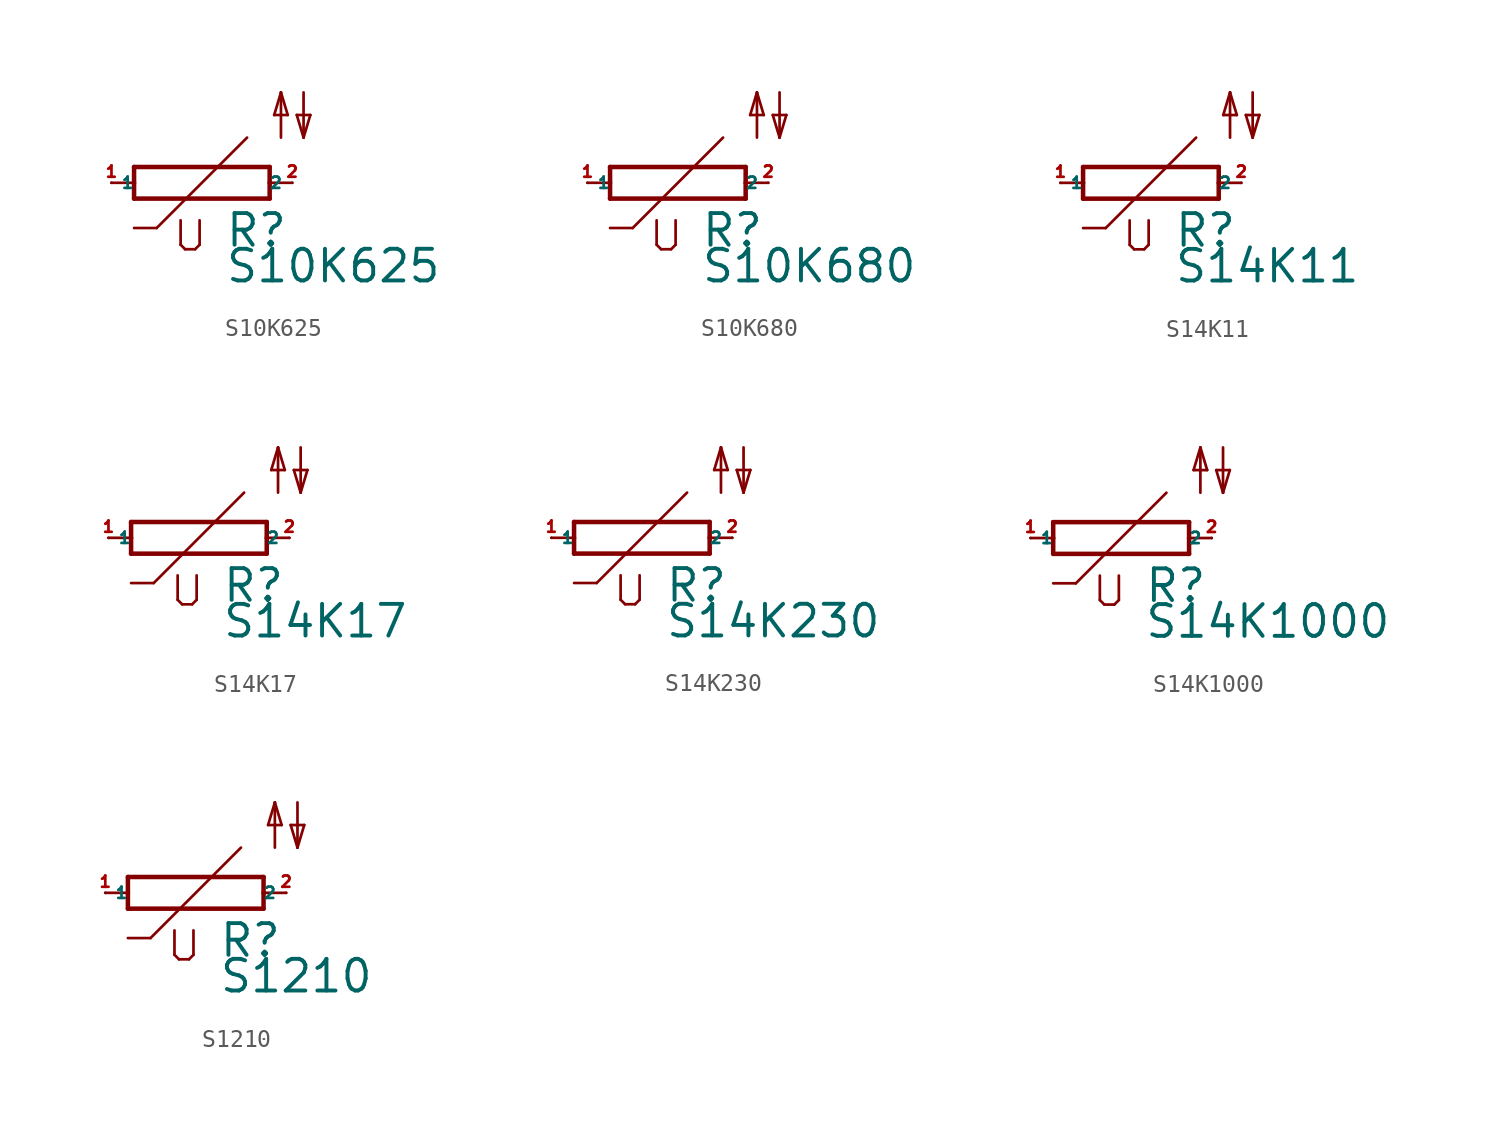
<source format=kicad_sym>
(kicad_symbol_lib
  (version 20220914)
  (generator Eagle2Kicad)
  (symbol "S10K625"
    (property "Reference" "R"
      (at 1.27 -3.708 0)
      (effects (font (size 1.778 1.778) (thickness 0.22)) (justify left bottom)))
    (property "Value" "S10K625"
      (at 1.27 -5.715 0)
      (effects (font (size 1.778 1.778) (thickness 0.22)) (justify left bottom)))
    (polyline
      (pts (xy -3.81 -0.889) (xy 3.81 -0.889))
      (stroke (width 0.254) (type default))
      (fill (type none)))
    (polyline
      (pts (xy 3.81 -0.889) (xy 3.81 0))
      (stroke (width 0.254) (type default))
      (fill (type none)))
    (polyline
      (pts (xy 3.81 0.889) (xy -3.81 0.889))
      (stroke (width 0.254) (type default))
      (fill (type none)))
    (polyline
      (pts (xy -3.81 -0.889) (xy -3.81 0))
      (stroke (width 0.254) (type default))
      (fill (type none)))
    (polyline
      (pts (xy 3.81 0) (xy 5.08 0))
      (stroke (width 0.152) (type default))
      (fill (type none)))
    (polyline
      (pts (xy 3.81 0) (xy 3.81 0.889))
      (stroke (width 0.254) (type default))
      (fill (type none)))
    (polyline
      (pts (xy -5.08 0) (xy -3.81 0))
      (stroke (width 0.152) (type default))
      (fill (type none)))
    (polyline
      (pts (xy -3.81 0) (xy -3.81 0.889))
      (stroke (width 0.254) (type default))
      (fill (type none)))
    (polyline
      (pts (xy 2.54 2.54) (xy -2.54 -2.54))
      (stroke (width 0.152) (type default))
      (fill (type none)))
    (polyline
      (pts (xy -2.54 -2.54) (xy -3.81 -2.54))
      (stroke (width 0.152) (type default))
      (fill (type none)))
    (polyline
      (pts (xy -1.194 -2.108) (xy -1.194 -3.48))
      (stroke (width 0.152) (type default))
      (fill (type none)))
    (polyline
      (pts (xy -0.94 -3.734) (xy -1.194 -3.48))
      (stroke (width 0.152) (type default))
      (fill (type none)))
    (polyline
      (pts (xy -0.94 -3.734) (xy -0.381 -3.734))
      (stroke (width 0.152) (type default))
      (fill (type none)))
    (polyline
      (pts (xy -0.127 -3.48) (xy -0.381 -3.734))
      (stroke (width 0.152) (type default))
      (fill (type none)))
    (polyline
      (pts (xy -0.127 -3.48) (xy -0.127 -2.108))
      (stroke (width 0.152) (type default))
      (fill (type none)))
    (polyline
      (pts (xy 5.715 5.08) (xy 5.715 2.54))
      (stroke (width 0.152) (type default))
      (fill (type none)))
    (polyline
      (pts (xy 5.715 2.54) (xy 6.096 3.81))
      (stroke (width 0.152) (type default))
      (fill (type none)))
    (polyline
      (pts (xy 6.096 3.81) (xy 5.334 3.81))
      (stroke (width 0.152) (type default))
      (fill (type none)))
    (polyline
      (pts (xy 5.334 3.81) (xy 5.715 2.54))
      (stroke (width 0.152) (type default))
      (fill (type none)))
    (polyline
      (pts (xy 4.445 2.54) (xy 4.445 5.08))
      (stroke (width 0.152) (type default))
      (fill (type none)))
    (polyline
      (pts (xy 4.445 5.08) (xy 4.826 3.81))
      (stroke (width 0.152) (type default))
      (fill (type none)))
    (polyline
      (pts (xy 4.826 3.81) (xy 4.064 3.81))
      (stroke (width 0.152) (type default))
      (fill (type none)))
    (polyline
      (pts (xy 4.064 3.81) (xy 4.445 5.08))
      (stroke (width 0.152) (type default))
      (fill (type none)))
    (pin passive line
      (at 5.08 0 180)
      (length 0)
      (name "2" (effects (font (size 0.635 0.635) (thickness 0.08)) (justify left bottom)))
      (number "2" (effects (font (size 0.635 0.635) (thickness 0.08)) (justify left bottom))))
    (pin passive line
      (at -5.08 0 0)
      (length 0)
      (name "1" (effects (font (size 0.635 0.635) (thickness 0.08)) (justify left bottom)))
      (number "1" (effects (font (size 0.635 0.635) (thickness 0.08)) (justify left bottom)))))
  (symbol "S10K680"
    (property "Reference" "R"
      (at 1.27 -3.708 0)
      (effects (font (size 1.778 1.778) (thickness 0.22)) (justify left bottom)))
    (property "Value" "S10K680"
      (at 1.27 -5.715 0)
      (effects (font (size 1.778 1.778) (thickness 0.22)) (justify left bottom)))
    (polyline
      (pts (xy -3.81 -0.889) (xy 3.81 -0.889))
      (stroke (width 0.254) (type default))
      (fill (type none)))
    (polyline
      (pts (xy 3.81 -0.889) (xy 3.81 0))
      (stroke (width 0.254) (type default))
      (fill (type none)))
    (polyline
      (pts (xy 3.81 0.889) (xy -3.81 0.889))
      (stroke (width 0.254) (type default))
      (fill (type none)))
    (polyline
      (pts (xy -3.81 -0.889) (xy -3.81 0))
      (stroke (width 0.254) (type default))
      (fill (type none)))
    (polyline
      (pts (xy 3.81 0) (xy 5.08 0))
      (stroke (width 0.152) (type default))
      (fill (type none)))
    (polyline
      (pts (xy 3.81 0) (xy 3.81 0.889))
      (stroke (width 0.254) (type default))
      (fill (type none)))
    (polyline
      (pts (xy -5.08 0) (xy -3.81 0))
      (stroke (width 0.152) (type default))
      (fill (type none)))
    (polyline
      (pts (xy -3.81 0) (xy -3.81 0.889))
      (stroke (width 0.254) (type default))
      (fill (type none)))
    (polyline
      (pts (xy 2.54 2.54) (xy -2.54 -2.54))
      (stroke (width 0.152) (type default))
      (fill (type none)))
    (polyline
      (pts (xy -2.54 -2.54) (xy -3.81 -2.54))
      (stroke (width 0.152) (type default))
      (fill (type none)))
    (polyline
      (pts (xy -1.194 -2.108) (xy -1.194 -3.48))
      (stroke (width 0.152) (type default))
      (fill (type none)))
    (polyline
      (pts (xy -0.94 -3.734) (xy -1.194 -3.48))
      (stroke (width 0.152) (type default))
      (fill (type none)))
    (polyline
      (pts (xy -0.94 -3.734) (xy -0.381 -3.734))
      (stroke (width 0.152) (type default))
      (fill (type none)))
    (polyline
      (pts (xy -0.127 -3.48) (xy -0.381 -3.734))
      (stroke (width 0.152) (type default))
      (fill (type none)))
    (polyline
      (pts (xy -0.127 -3.48) (xy -0.127 -2.108))
      (stroke (width 0.152) (type default))
      (fill (type none)))
    (polyline
      (pts (xy 5.715 5.08) (xy 5.715 2.54))
      (stroke (width 0.152) (type default))
      (fill (type none)))
    (polyline
      (pts (xy 5.715 2.54) (xy 6.096 3.81))
      (stroke (width 0.152) (type default))
      (fill (type none)))
    (polyline
      (pts (xy 6.096 3.81) (xy 5.334 3.81))
      (stroke (width 0.152) (type default))
      (fill (type none)))
    (polyline
      (pts (xy 5.334 3.81) (xy 5.715 2.54))
      (stroke (width 0.152) (type default))
      (fill (type none)))
    (polyline
      (pts (xy 4.445 2.54) (xy 4.445 5.08))
      (stroke (width 0.152) (type default))
      (fill (type none)))
    (polyline
      (pts (xy 4.445 5.08) (xy 4.826 3.81))
      (stroke (width 0.152) (type default))
      (fill (type none)))
    (polyline
      (pts (xy 4.826 3.81) (xy 4.064 3.81))
      (stroke (width 0.152) (type default))
      (fill (type none)))
    (polyline
      (pts (xy 4.064 3.81) (xy 4.445 5.08))
      (stroke (width 0.152) (type default))
      (fill (type none)))
    (pin passive line
      (at 5.08 0 180)
      (length 0)
      (name "2" (effects (font (size 0.635 0.635) (thickness 0.08)) (justify left bottom)))
      (number "2" (effects (font (size 0.635 0.635) (thickness 0.08)) (justify left bottom))))
    (pin passive line
      (at -5.08 0 0)
      (length 0)
      (name "1" (effects (font (size 0.635 0.635) (thickness 0.08)) (justify left bottom)))
      (number "1" (effects (font (size 0.635 0.635) (thickness 0.08)) (justify left bottom)))))
  (symbol "S14K11"
    (property "Reference" "R"
      (at 1.27 -3.708 0)
      (effects (font (size 1.778 1.778) (thickness 0.22)) (justify left bottom)))
    (property "Value" "S14K11"
      (at 1.27 -5.715 0)
      (effects (font (size 1.778 1.778) (thickness 0.22)) (justify left bottom)))
    (polyline
      (pts (xy -3.81 -0.889) (xy 3.81 -0.889))
      (stroke (width 0.254) (type default))
      (fill (type none)))
    (polyline
      (pts (xy 3.81 -0.889) (xy 3.81 0))
      (stroke (width 0.254) (type default))
      (fill (type none)))
    (polyline
      (pts (xy 3.81 0.889) (xy -3.81 0.889))
      (stroke (width 0.254) (type default))
      (fill (type none)))
    (polyline
      (pts (xy -3.81 -0.889) (xy -3.81 0))
      (stroke (width 0.254) (type default))
      (fill (type none)))
    (polyline
      (pts (xy 3.81 0) (xy 5.08 0))
      (stroke (width 0.152) (type default))
      (fill (type none)))
    (polyline
      (pts (xy 3.81 0) (xy 3.81 0.889))
      (stroke (width 0.254) (type default))
      (fill (type none)))
    (polyline
      (pts (xy -5.08 0) (xy -3.81 0))
      (stroke (width 0.152) (type default))
      (fill (type none)))
    (polyline
      (pts (xy -3.81 0) (xy -3.81 0.889))
      (stroke (width 0.254) (type default))
      (fill (type none)))
    (polyline
      (pts (xy 2.54 2.54) (xy -2.54 -2.54))
      (stroke (width 0.152) (type default))
      (fill (type none)))
    (polyline
      (pts (xy -2.54 -2.54) (xy -3.81 -2.54))
      (stroke (width 0.152) (type default))
      (fill (type none)))
    (polyline
      (pts (xy -1.194 -2.108) (xy -1.194 -3.48))
      (stroke (width 0.152) (type default))
      (fill (type none)))
    (polyline
      (pts (xy -0.94 -3.734) (xy -1.194 -3.48))
      (stroke (width 0.152) (type default))
      (fill (type none)))
    (polyline
      (pts (xy -0.94 -3.734) (xy -0.381 -3.734))
      (stroke (width 0.152) (type default))
      (fill (type none)))
    (polyline
      (pts (xy -0.127 -3.48) (xy -0.381 -3.734))
      (stroke (width 0.152) (type default))
      (fill (type none)))
    (polyline
      (pts (xy -0.127 -3.48) (xy -0.127 -2.108))
      (stroke (width 0.152) (type default))
      (fill (type none)))
    (polyline
      (pts (xy 5.715 5.08) (xy 5.715 2.54))
      (stroke (width 0.152) (type default))
      (fill (type none)))
    (polyline
      (pts (xy 5.715 2.54) (xy 6.096 3.81))
      (stroke (width 0.152) (type default))
      (fill (type none)))
    (polyline
      (pts (xy 6.096 3.81) (xy 5.334 3.81))
      (stroke (width 0.152) (type default))
      (fill (type none)))
    (polyline
      (pts (xy 5.334 3.81) (xy 5.715 2.54))
      (stroke (width 0.152) (type default))
      (fill (type none)))
    (polyline
      (pts (xy 4.445 2.54) (xy 4.445 5.08))
      (stroke (width 0.152) (type default))
      (fill (type none)))
    (polyline
      (pts (xy 4.445 5.08) (xy 4.826 3.81))
      (stroke (width 0.152) (type default))
      (fill (type none)))
    (polyline
      (pts (xy 4.826 3.81) (xy 4.064 3.81))
      (stroke (width 0.152) (type default))
      (fill (type none)))
    (polyline
      (pts (xy 4.064 3.81) (xy 4.445 5.08))
      (stroke (width 0.152) (type default))
      (fill (type none)))
    (pin passive line
      (at 5.08 0 180)
      (length 0)
      (name "2" (effects (font (size 0.635 0.635) (thickness 0.08)) (justify left bottom)))
      (number "2" (effects (font (size 0.635 0.635) (thickness 0.08)) (justify left bottom))))
    (pin passive line
      (at -5.08 0 0)
      (length 0)
      (name "1" (effects (font (size 0.635 0.635) (thickness 0.08)) (justify left bottom)))
      (number "1" (effects (font (size 0.635 0.635) (thickness 0.08)) (justify left bottom)))))
  (symbol "S14K17"
    (property "Reference" "R"
      (at 1.27 -3.708 0)
      (effects (font (size 1.778 1.778) (thickness 0.22)) (justify left bottom)))
    (property "Value" "S14K17"
      (at 1.27 -5.715 0)
      (effects (font (size 1.778 1.778) (thickness 0.22)) (justify left bottom)))
    (polyline
      (pts (xy -3.81 -0.889) (xy 3.81 -0.889))
      (stroke (width 0.254) (type default))
      (fill (type none)))
    (polyline
      (pts (xy 3.81 -0.889) (xy 3.81 0))
      (stroke (width 0.254) (type default))
      (fill (type none)))
    (polyline
      (pts (xy 3.81 0.889) (xy -3.81 0.889))
      (stroke (width 0.254) (type default))
      (fill (type none)))
    (polyline
      (pts (xy -3.81 -0.889) (xy -3.81 0))
      (stroke (width 0.254) (type default))
      (fill (type none)))
    (polyline
      (pts (xy 3.81 0) (xy 5.08 0))
      (stroke (width 0.152) (type default))
      (fill (type none)))
    (polyline
      (pts (xy 3.81 0) (xy 3.81 0.889))
      (stroke (width 0.254) (type default))
      (fill (type none)))
    (polyline
      (pts (xy -5.08 0) (xy -3.81 0))
      (stroke (width 0.152) (type default))
      (fill (type none)))
    (polyline
      (pts (xy -3.81 0) (xy -3.81 0.889))
      (stroke (width 0.254) (type default))
      (fill (type none)))
    (polyline
      (pts (xy 2.54 2.54) (xy -2.54 -2.54))
      (stroke (width 0.152) (type default))
      (fill (type none)))
    (polyline
      (pts (xy -2.54 -2.54) (xy -3.81 -2.54))
      (stroke (width 0.152) (type default))
      (fill (type none)))
    (polyline
      (pts (xy -1.194 -2.108) (xy -1.194 -3.48))
      (stroke (width 0.152) (type default))
      (fill (type none)))
    (polyline
      (pts (xy -0.94 -3.734) (xy -1.194 -3.48))
      (stroke (width 0.152) (type default))
      (fill (type none)))
    (polyline
      (pts (xy -0.94 -3.734) (xy -0.381 -3.734))
      (stroke (width 0.152) (type default))
      (fill (type none)))
    (polyline
      (pts (xy -0.127 -3.48) (xy -0.381 -3.734))
      (stroke (width 0.152) (type default))
      (fill (type none)))
    (polyline
      (pts (xy -0.127 -3.48) (xy -0.127 -2.108))
      (stroke (width 0.152) (type default))
      (fill (type none)))
    (polyline
      (pts (xy 5.715 5.08) (xy 5.715 2.54))
      (stroke (width 0.152) (type default))
      (fill (type none)))
    (polyline
      (pts (xy 5.715 2.54) (xy 6.096 3.81))
      (stroke (width 0.152) (type default))
      (fill (type none)))
    (polyline
      (pts (xy 6.096 3.81) (xy 5.334 3.81))
      (stroke (width 0.152) (type default))
      (fill (type none)))
    (polyline
      (pts (xy 5.334 3.81) (xy 5.715 2.54))
      (stroke (width 0.152) (type default))
      (fill (type none)))
    (polyline
      (pts (xy 4.445 2.54) (xy 4.445 5.08))
      (stroke (width 0.152) (type default))
      (fill (type none)))
    (polyline
      (pts (xy 4.445 5.08) (xy 4.826 3.81))
      (stroke (width 0.152) (type default))
      (fill (type none)))
    (polyline
      (pts (xy 4.826 3.81) (xy 4.064 3.81))
      (stroke (width 0.152) (type default))
      (fill (type none)))
    (polyline
      (pts (xy 4.064 3.81) (xy 4.445 5.08))
      (stroke (width 0.152) (type default))
      (fill (type none)))
    (pin passive line
      (at 5.08 0 180)
      (length 0)
      (name "2" (effects (font (size 0.635 0.635) (thickness 0.08)) (justify left bottom)))
      (number "2" (effects (font (size 0.635 0.635) (thickness 0.08)) (justify left bottom))))
    (pin passive line
      (at -5.08 0 0)
      (length 0)
      (name "1" (effects (font (size 0.635 0.635) (thickness 0.08)) (justify left bottom)))
      (number "1" (effects (font (size 0.635 0.635) (thickness 0.08)) (justify left bottom)))))
  (symbol "S14K230"
    (property "Reference" "R"
      (at 1.27 -3.708 0)
      (effects (font (size 1.778 1.778) (thickness 0.22)) (justify left bottom)))
    (property "Value" "S14K230"
      (at 1.27 -5.715 0)
      (effects (font (size 1.778 1.778) (thickness 0.22)) (justify left bottom)))
    (polyline
      (pts (xy -3.81 -0.889) (xy 3.81 -0.889))
      (stroke (width 0.254) (type default))
      (fill (type none)))
    (polyline
      (pts (xy 3.81 -0.889) (xy 3.81 0))
      (stroke (width 0.254) (type default))
      (fill (type none)))
    (polyline
      (pts (xy 3.81 0.889) (xy -3.81 0.889))
      (stroke (width 0.254) (type default))
      (fill (type none)))
    (polyline
      (pts (xy -3.81 -0.889) (xy -3.81 0))
      (stroke (width 0.254) (type default))
      (fill (type none)))
    (polyline
      (pts (xy 3.81 0) (xy 5.08 0))
      (stroke (width 0.152) (type default))
      (fill (type none)))
    (polyline
      (pts (xy 3.81 0) (xy 3.81 0.889))
      (stroke (width 0.254) (type default))
      (fill (type none)))
    (polyline
      (pts (xy -5.08 0) (xy -3.81 0))
      (stroke (width 0.152) (type default))
      (fill (type none)))
    (polyline
      (pts (xy -3.81 0) (xy -3.81 0.889))
      (stroke (width 0.254) (type default))
      (fill (type none)))
    (polyline
      (pts (xy 2.54 2.54) (xy -2.54 -2.54))
      (stroke (width 0.152) (type default))
      (fill (type none)))
    (polyline
      (pts (xy -2.54 -2.54) (xy -3.81 -2.54))
      (stroke (width 0.152) (type default))
      (fill (type none)))
    (polyline
      (pts (xy -1.194 -2.108) (xy -1.194 -3.48))
      (stroke (width 0.152) (type default))
      (fill (type none)))
    (polyline
      (pts (xy -0.94 -3.734) (xy -1.194 -3.48))
      (stroke (width 0.152) (type default))
      (fill (type none)))
    (polyline
      (pts (xy -0.94 -3.734) (xy -0.381 -3.734))
      (stroke (width 0.152) (type default))
      (fill (type none)))
    (polyline
      (pts (xy -0.127 -3.48) (xy -0.381 -3.734))
      (stroke (width 0.152) (type default))
      (fill (type none)))
    (polyline
      (pts (xy -0.127 -3.48) (xy -0.127 -2.108))
      (stroke (width 0.152) (type default))
      (fill (type none)))
    (polyline
      (pts (xy 5.715 5.08) (xy 5.715 2.54))
      (stroke (width 0.152) (type default))
      (fill (type none)))
    (polyline
      (pts (xy 5.715 2.54) (xy 6.096 3.81))
      (stroke (width 0.152) (type default))
      (fill (type none)))
    (polyline
      (pts (xy 6.096 3.81) (xy 5.334 3.81))
      (stroke (width 0.152) (type default))
      (fill (type none)))
    (polyline
      (pts (xy 5.334 3.81) (xy 5.715 2.54))
      (stroke (width 0.152) (type default))
      (fill (type none)))
    (polyline
      (pts (xy 4.445 2.54) (xy 4.445 5.08))
      (stroke (width 0.152) (type default))
      (fill (type none)))
    (polyline
      (pts (xy 4.445 5.08) (xy 4.826 3.81))
      (stroke (width 0.152) (type default))
      (fill (type none)))
    (polyline
      (pts (xy 4.826 3.81) (xy 4.064 3.81))
      (stroke (width 0.152) (type default))
      (fill (type none)))
    (polyline
      (pts (xy 4.064 3.81) (xy 4.445 5.08))
      (stroke (width 0.152) (type default))
      (fill (type none)))
    (pin passive line
      (at 5.08 0 180)
      (length 0)
      (name "2" (effects (font (size 0.635 0.635) (thickness 0.08)) (justify left bottom)))
      (number "2" (effects (font (size 0.635 0.635) (thickness 0.08)) (justify left bottom))))
    (pin passive line
      (at -5.08 0 0)
      (length 0)
      (name "1" (effects (font (size 0.635 0.635) (thickness 0.08)) (justify left bottom)))
      (number "1" (effects (font (size 0.635 0.635) (thickness 0.08)) (justify left bottom)))))
  (symbol "S14K1000"
    (property "Reference" "R"
      (at 1.27 -3.708 0)
      (effects (font (size 1.778 1.778) (thickness 0.22)) (justify left bottom)))
    (property "Value" "S14K1000"
      (at 1.27 -5.715 0)
      (effects (font (size 1.778 1.778) (thickness 0.22)) (justify left bottom)))
    (polyline
      (pts (xy -3.81 -0.889) (xy 3.81 -0.889))
      (stroke (width 0.254) (type default))
      (fill (type none)))
    (polyline
      (pts (xy 3.81 -0.889) (xy 3.81 0))
      (stroke (width 0.254) (type default))
      (fill (type none)))
    (polyline
      (pts (xy 3.81 0.889) (xy -3.81 0.889))
      (stroke (width 0.254) (type default))
      (fill (type none)))
    (polyline
      (pts (xy -3.81 -0.889) (xy -3.81 0))
      (stroke (width 0.254) (type default))
      (fill (type none)))
    (polyline
      (pts (xy 3.81 0) (xy 5.08 0))
      (stroke (width 0.152) (type default))
      (fill (type none)))
    (polyline
      (pts (xy 3.81 0) (xy 3.81 0.889))
      (stroke (width 0.254) (type default))
      (fill (type none)))
    (polyline
      (pts (xy -5.08 0) (xy -3.81 0))
      (stroke (width 0.152) (type default))
      (fill (type none)))
    (polyline
      (pts (xy -3.81 0) (xy -3.81 0.889))
      (stroke (width 0.254) (type default))
      (fill (type none)))
    (polyline
      (pts (xy 2.54 2.54) (xy -2.54 -2.54))
      (stroke (width 0.152) (type default))
      (fill (type none)))
    (polyline
      (pts (xy -2.54 -2.54) (xy -3.81 -2.54))
      (stroke (width 0.152) (type default))
      (fill (type none)))
    (polyline
      (pts (xy -1.194 -2.108) (xy -1.194 -3.48))
      (stroke (width 0.152) (type default))
      (fill (type none)))
    (polyline
      (pts (xy -0.94 -3.734) (xy -1.194 -3.48))
      (stroke (width 0.152) (type default))
      (fill (type none)))
    (polyline
      (pts (xy -0.94 -3.734) (xy -0.381 -3.734))
      (stroke (width 0.152) (type default))
      (fill (type none)))
    (polyline
      (pts (xy -0.127 -3.48) (xy -0.381 -3.734))
      (stroke (width 0.152) (type default))
      (fill (type none)))
    (polyline
      (pts (xy -0.127 -3.48) (xy -0.127 -2.108))
      (stroke (width 0.152) (type default))
      (fill (type none)))
    (polyline
      (pts (xy 5.715 5.08) (xy 5.715 2.54))
      (stroke (width 0.152) (type default))
      (fill (type none)))
    (polyline
      (pts (xy 5.715 2.54) (xy 6.096 3.81))
      (stroke (width 0.152) (type default))
      (fill (type none)))
    (polyline
      (pts (xy 6.096 3.81) (xy 5.334 3.81))
      (stroke (width 0.152) (type default))
      (fill (type none)))
    (polyline
      (pts (xy 5.334 3.81) (xy 5.715 2.54))
      (stroke (width 0.152) (type default))
      (fill (type none)))
    (polyline
      (pts (xy 4.445 2.54) (xy 4.445 5.08))
      (stroke (width 0.152) (type default))
      (fill (type none)))
    (polyline
      (pts (xy 4.445 5.08) (xy 4.826 3.81))
      (stroke (width 0.152) (type default))
      (fill (type none)))
    (polyline
      (pts (xy 4.826 3.81) (xy 4.064 3.81))
      (stroke (width 0.152) (type default))
      (fill (type none)))
    (polyline
      (pts (xy 4.064 3.81) (xy 4.445 5.08))
      (stroke (width 0.152) (type default))
      (fill (type none)))
    (pin passive line
      (at 5.08 0 180)
      (length 0)
      (name "2" (effects (font (size 0.635 0.635) (thickness 0.08)) (justify left bottom)))
      (number "2" (effects (font (size 0.635 0.635) (thickness 0.08)) (justify left bottom))))
    (pin passive line
      (at -5.08 0 0)
      (length 0)
      (name "1" (effects (font (size 0.635 0.635) (thickness 0.08)) (justify left bottom)))
      (number "1" (effects (font (size 0.635 0.635) (thickness 0.08)) (justify left bottom)))))
  (symbol "S1210"
    (property "Reference" "R"
      (at 1.27 -3.708 0)
      (effects (font (size 1.778 1.778) (thickness 0.22)) (justify left bottom)))
    (property "Value" "S1210"
      (at 1.27 -5.715 0)
      (effects (font (size 1.778 1.778) (thickness 0.22)) (justify left bottom)))
    (polyline
      (pts (xy -3.81 -0.889) (xy 3.81 -0.889))
      (stroke (width 0.254) (type default))
      (fill (type none)))
    (polyline
      (pts (xy 3.81 -0.889) (xy 3.81 0))
      (stroke (width 0.254) (type default))
      (fill (type none)))
    (polyline
      (pts (xy 3.81 0.889) (xy -3.81 0.889))
      (stroke (width 0.254) (type default))
      (fill (type none)))
    (polyline
      (pts (xy -3.81 -0.889) (xy -3.81 0))
      (stroke (width 0.254) (type default))
      (fill (type none)))
    (polyline
      (pts (xy 3.81 0) (xy 5.08 0))
      (stroke (width 0.152) (type default))
      (fill (type none)))
    (polyline
      (pts (xy 3.81 0) (xy 3.81 0.889))
      (stroke (width 0.254) (type default))
      (fill (type none)))
    (polyline
      (pts (xy -5.08 0) (xy -3.81 0))
      (stroke (width 0.152) (type default))
      (fill (type none)))
    (polyline
      (pts (xy -3.81 0) (xy -3.81 0.889))
      (stroke (width 0.254) (type default))
      (fill (type none)))
    (polyline
      (pts (xy 2.54 2.54) (xy -2.54 -2.54))
      (stroke (width 0.152) (type default))
      (fill (type none)))
    (polyline
      (pts (xy -2.54 -2.54) (xy -3.81 -2.54))
      (stroke (width 0.152) (type default))
      (fill (type none)))
    (polyline
      (pts (xy -1.194 -2.108) (xy -1.194 -3.48))
      (stroke (width 0.152) (type default))
      (fill (type none)))
    (polyline
      (pts (xy -0.94 -3.734) (xy -1.194 -3.48))
      (stroke (width 0.152) (type default))
      (fill (type none)))
    (polyline
      (pts (xy -0.94 -3.734) (xy -0.381 -3.734))
      (stroke (width 0.152) (type default))
      (fill (type none)))
    (polyline
      (pts (xy -0.127 -3.48) (xy -0.381 -3.734))
      (stroke (width 0.152) (type default))
      (fill (type none)))
    (polyline
      (pts (xy -0.127 -3.48) (xy -0.127 -2.108))
      (stroke (width 0.152) (type default))
      (fill (type none)))
    (polyline
      (pts (xy 5.715 5.08) (xy 5.715 2.54))
      (stroke (width 0.152) (type default))
      (fill (type none)))
    (polyline
      (pts (xy 5.715 2.54) (xy 6.096 3.81))
      (stroke (width 0.152) (type default))
      (fill (type none)))
    (polyline
      (pts (xy 6.096 3.81) (xy 5.334 3.81))
      (stroke (width 0.152) (type default))
      (fill (type none)))
    (polyline
      (pts (xy 5.334 3.81) (xy 5.715 2.54))
      (stroke (width 0.152) (type default))
      (fill (type none)))
    (polyline
      (pts (xy 4.445 2.54) (xy 4.445 5.08))
      (stroke (width 0.152) (type default))
      (fill (type none)))
    (polyline
      (pts (xy 4.445 5.08) (xy 4.826 3.81))
      (stroke (width 0.152) (type default))
      (fill (type none)))
    (polyline
      (pts (xy 4.826 3.81) (xy 4.064 3.81))
      (stroke (width 0.152) (type default))
      (fill (type none)))
    (polyline
      (pts (xy 4.064 3.81) (xy 4.445 5.08))
      (stroke (width 0.152) (type default))
      (fill (type none)))
    (pin passive line
      (at 5.08 0 180)
      (length 0)
      (name "2" (effects (font (size 0.635 0.635) (thickness 0.08)) (justify left bottom)))
      (number "2" (effects (font (size 0.635 0.635) (thickness 0.08)) (justify left bottom))))
    (pin passive line
      (at -5.08 0 0)
      (length 0)
      (name "1" (effects (font (size 0.635 0.635) (thickness 0.08)) (justify left bottom)))
      (number "1" (effects (font (size 0.635 0.635) (thickness 0.08)) (justify left bottom))))))
</source>
